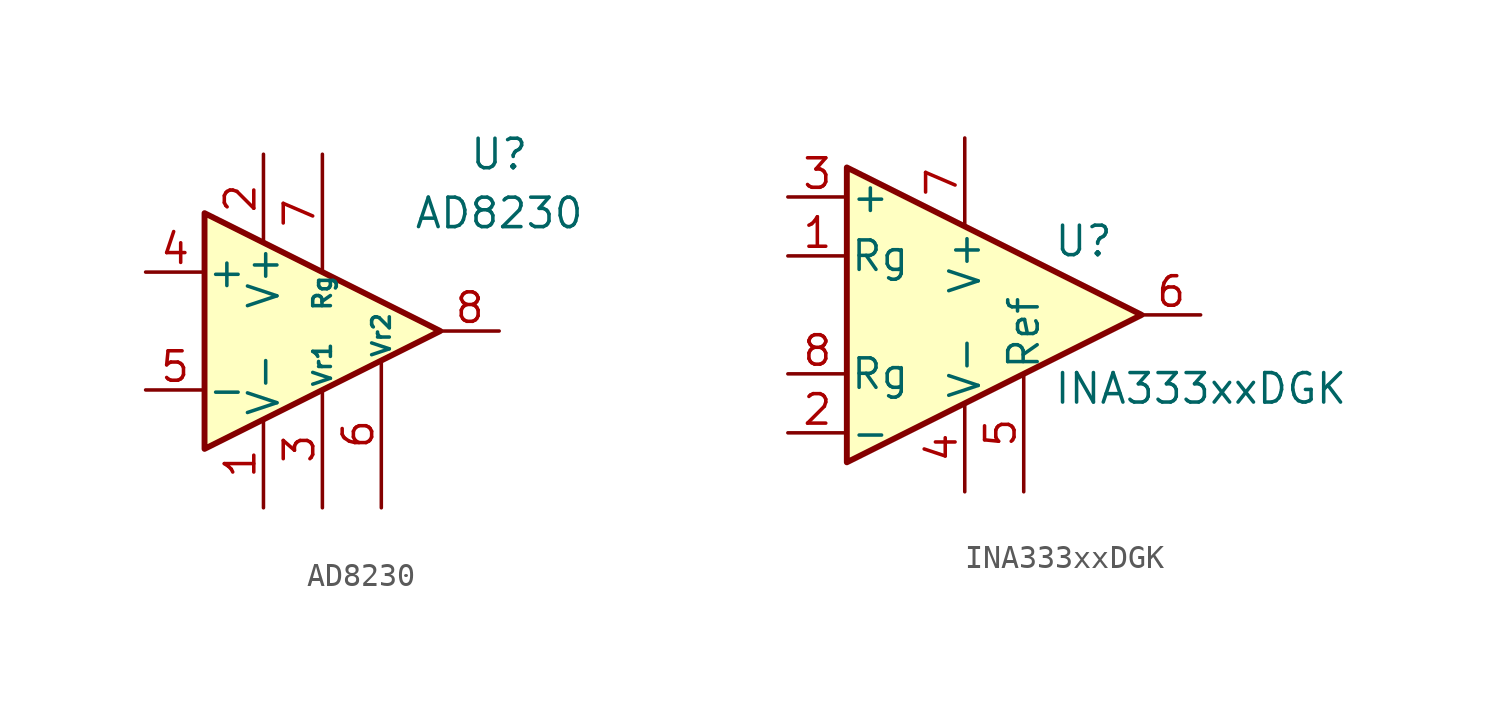
<source format=kicad_sym>
(kicad_symbol_lib
  (version 20231120)
  (generator "kicad_symbol_editor")
  (generator_version "8.0")
  (symbol "AD8230"
    (pin_names
      (offset 0.076))
    (property "Reference" "U"
      (at 7.62 7.62 0)
      (effects (font (size 1.27 1.27))))
    (property "Value" "AD8230"
      (at 7.62 5.08 0)
      (effects (font (size 1.27 1.27))))
    (symbol "AD8230_0_1"
      (polyline (pts (xy -5.08 5.08) (xy -5.08 0) (xy -5.08 -5.08) (xy 5.08 0) (xy -5.08 5.08)) (stroke (width 0.254) (type default)) (fill (type background))))
    (symbol "AD8230_1_1"
      (pin power_in line (at -2.54 -7.62 90) (length 3.81) (name "V-" (effects (font (size 1.27 1.27)))) (number "1" (effects (font (size 1.27 1.27)))))
      (pin power_in line (at -2.54 7.62 270) (length 3.81) (name "V+" (effects (font (size 1.27 1.27)))) (number "2" (effects (font (size 1.27 1.27)))))
      (pin input line (at 0 -7.62 90) (length 5.08) (name "Vr1" (effects (font (size 0.762 0.762)))) (number "3" (effects (font (size 1.27 1.27)))))
      (pin input line (at -7.62 2.54 0) (length 2.54) (name "+" (effects (font (size 1.27 1.27)))) (number "4" (effects (font (size 1.27 1.27)))))
      (pin input line (at -7.62 -2.54 0) (length 2.54) (name "-" (effects (font (size 1.27 1.27)))) (number "5" (effects (font (size 1.27 1.27)))))
      (pin input line (at 2.54 -7.62 90) (length 6.35) (name "Vr2" (effects (font (size 0.762 0.762)))) (number "6" (effects (font (size 1.27 1.27)))))
      (pin output line (at 0 7.62 270) (length 5.08) (name "Rg" (effects (font (size 0.762 0.762)))) (number "7" (effects (font (size 1.27 1.27)))))
      (pin output line (at 7.62 0 180) (length 2.54) (name "~" (effects (font (size 1.27 1.27)))) (number "8" (effects (font (size 1.27 1.27)))))))
  (symbol "INA333xxDGK"
    (pin_names
      (offset 0.127))
    (property "Reference" "U"
      (at 3.81 3.175 0)
      (effects (font (size 1.27 1.27)) (justify left)))
    (property "Value" "INA333xxDGK"
      (at 3.81 -3.175 0)
      (effects (font (size 1.27 1.27)) (justify left)))
    (symbol "INA333xxDGK_0_1"
      (polyline (pts (xy 7.62 0) (xy -5.08 6.35) (xy -5.08 -6.35) (xy 7.62 0)) (stroke (width 0.254) (type default)) (fill (type background))))
    (symbol "INA333xxDGK_1_1"
      (pin passive line (at -7.62 2.54 0) (length 2.54) (name "Rg" (effects (font (size 1.27 1.27)))) (number "1" (effects (font (size 1.27 1.27)))))
      (pin input line (at -7.62 -5.08 0) (length 2.54) (name "-" (effects (font (size 1.27 1.27)))) (number "2" (effects (font (size 1.27 1.27)))))
      (pin input line (at -7.62 5.08 0) (length 2.54) (name "+" (effects (font (size 1.27 1.27)))) (number "3" (effects (font (size 1.27 1.27)))))
      (pin power_in line (at 0 -7.62 90) (length 3.81) (name "V-" (effects (font (size 1.27 1.27)))) (number "4" (effects (font (size 1.27 1.27)))))
      (pin input line (at 2.54 -7.62 90) (length 5.08) (name "Ref" (effects (font (size 1.27 1.27)))) (number "5" (effects (font (size 1.27 1.27)))))
      (pin output line (at 10.16 0 180) (length 2.54) (name "~" (effects (font (size 1.27 1.27)))) (number "6" (effects (font (size 1.27 1.27)))))
      (pin power_in line (at 0 7.62 270) (length 3.81) (name "V+" (effects (font (size 1.27 1.27)))) (number "7" (effects (font (size 1.27 1.27)))))
      (pin passive line (at -7.62 -2.54 0) (length 2.54) (name "Rg" (effects (font (size 1.27 1.27)))) (number "8" (effects (font (size 1.27 1.27))))))))
</source>
